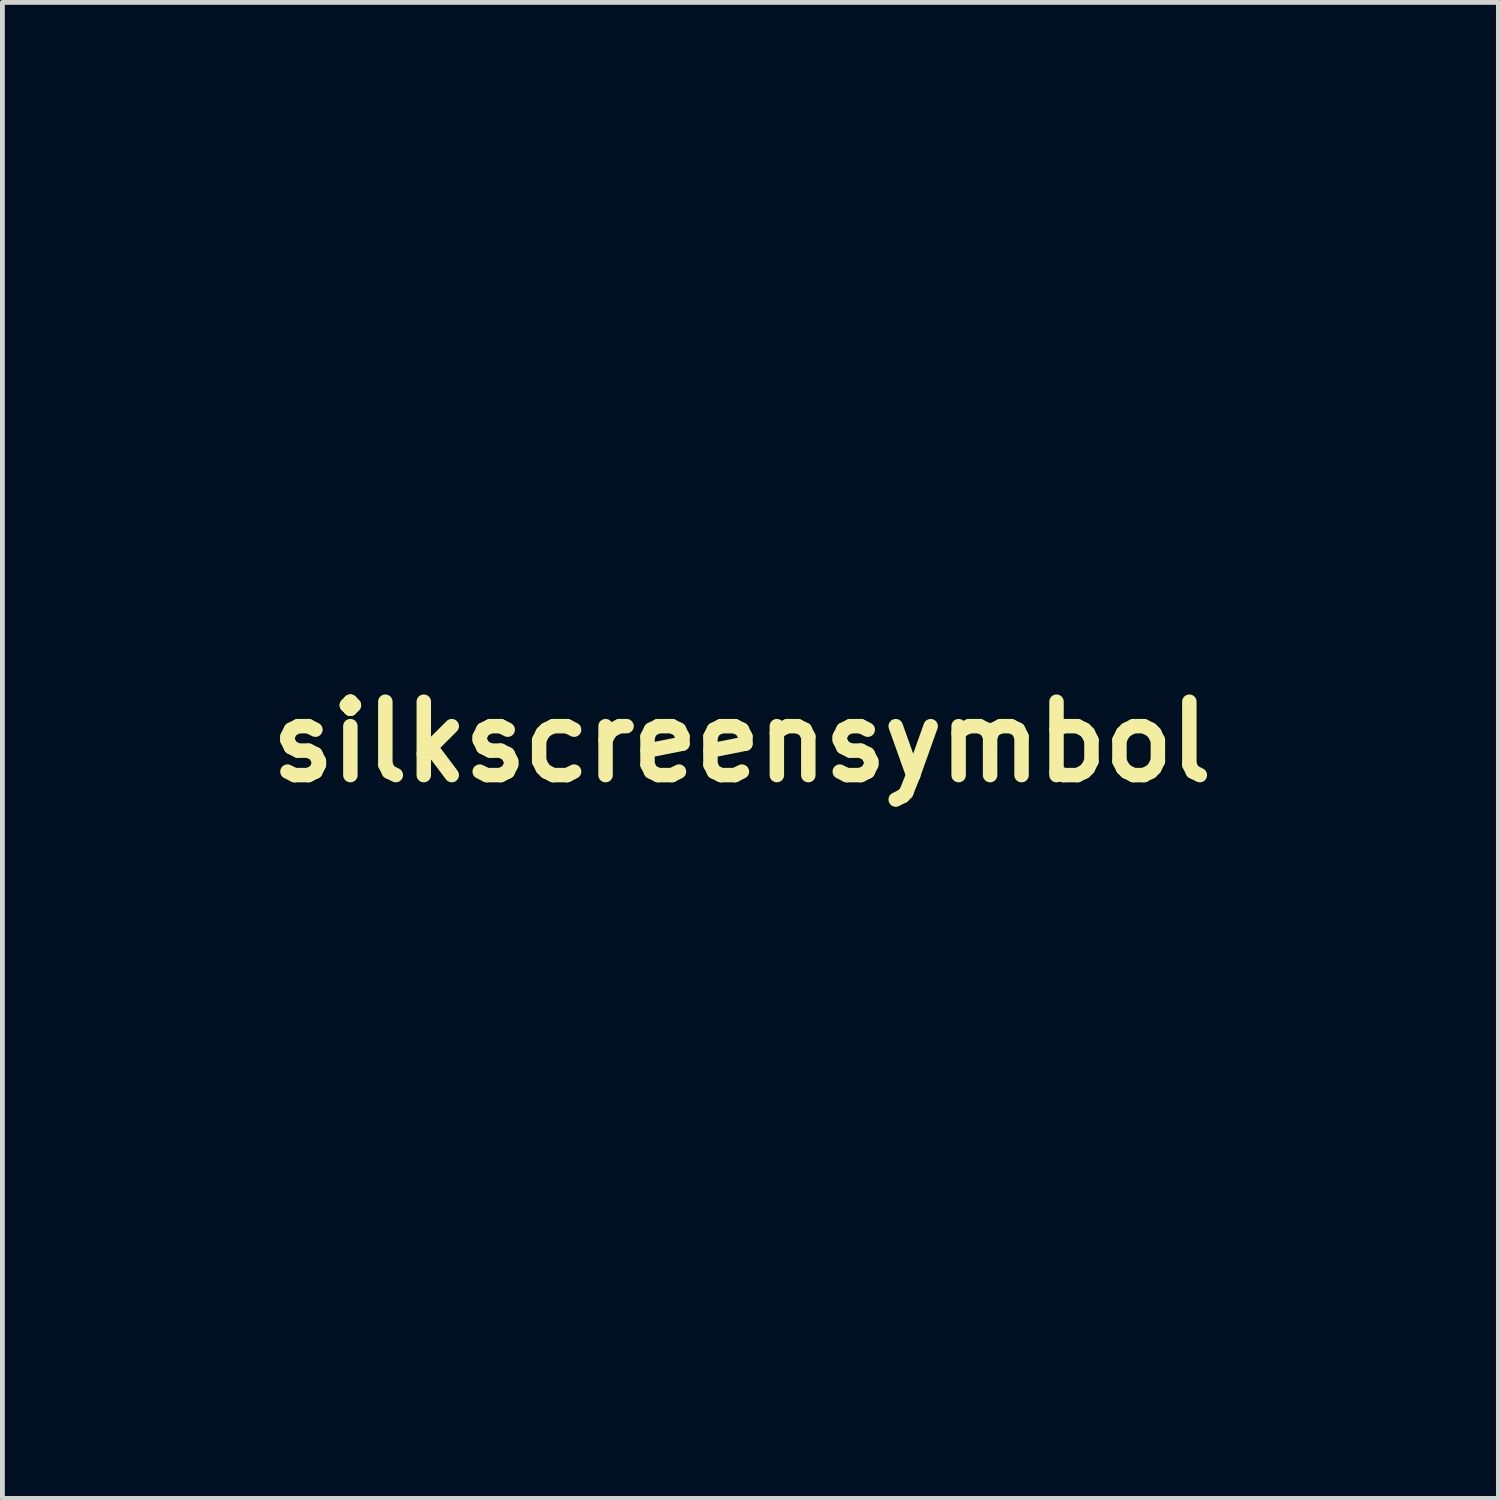
<source format=kicad_pcb>
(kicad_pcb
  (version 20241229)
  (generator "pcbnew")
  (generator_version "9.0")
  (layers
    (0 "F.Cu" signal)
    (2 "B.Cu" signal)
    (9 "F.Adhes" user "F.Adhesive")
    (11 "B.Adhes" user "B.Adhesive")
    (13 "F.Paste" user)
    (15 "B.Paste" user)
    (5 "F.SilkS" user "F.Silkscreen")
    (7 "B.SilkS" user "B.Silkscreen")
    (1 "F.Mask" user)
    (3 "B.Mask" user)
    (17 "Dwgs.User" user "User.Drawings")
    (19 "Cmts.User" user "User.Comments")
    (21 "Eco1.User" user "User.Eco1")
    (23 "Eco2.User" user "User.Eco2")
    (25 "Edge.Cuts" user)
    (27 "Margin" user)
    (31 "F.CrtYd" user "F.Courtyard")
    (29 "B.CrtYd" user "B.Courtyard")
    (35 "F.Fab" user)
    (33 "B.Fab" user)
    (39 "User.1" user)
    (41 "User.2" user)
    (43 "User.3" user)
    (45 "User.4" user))
  (footprint "silkscreensymbol"
    (layer "F.Cu")
    (at 12.352 12.352)
    (property "Reference" "silkscreensymbol" (at 0 0 0) (layer "F.SilkS") (effects (font (size 1.524 1.524) (thickness 0.3))))
    (attr through_hole)
    (fp_poly (pts (xy 0.353 3.175) (xy -3.528 3.175) (xy -3.528 0.706) (xy 0.353 0.706)) (stroke (width 0.01) (type solid)) (fill no) (layer "Eco2.User"))
    (fp_poly (pts (xy 1.536 5.25) (xy 1.587 5.292) (xy 2.026 5.714) (xy 2.117 5.864) (xy 1.829 5.983) (xy 1.587 5.997) (xy 1.13 5.712) (xy 1.058 5.425) (xy 1.151 5.051)) (stroke (width 0.01) (type solid)) (fill no) (layer "Eco2.User"))
    (fp_poly (pts (xy 2.335 1.449) (xy 2.313 1.682) (xy 1.94 2.117) (xy 1.43 2.637) (xy 1.18 2.822) (xy 1.081 2.525) (xy 1.058 2.117) (xy 1.297 1.537) (xy 1.819 1.411)) (stroke (width 0.01) (type solid)) (fill no) (layer "Eco2.User"))
    (fp_poly (pts (xy 0.353 0) (xy -1.587 0) (xy -2.721 -0.036) (xy -3.31 -0.178) (xy -3.517 -0.479) (xy -3.528 -0.629) (xy -3.289 -1.167) (xy -2.657 -2.014) (xy -1.76 -3.002) (xy -1.587 -3.175) (xy 0.353 -5.091)) (stroke (width 0.01) (type solid)) (fill no) (layer "Eco2.User"))
    (fp_poly (pts (xy -2.193 -3.639) (xy -4.209 -1.587) (xy -4.309 2.117) (xy -4.41 5.821) (xy -7.126 5.829) (xy -9.843 5.836) (xy -10.478 4.429) (xy -10.904 2.951) (xy -11.111 1.076) (xy -11.099 -0.923) (xy -10.868 -2.773) (xy -10.472 -4.088) (xy -9.832 -5.508) (xy -5.004 -5.599) (xy -0.176 -5.69)) (stroke (width 0.01) (type solid)) (fill no) (layer "Eco2.User"))
    (fp_poly (pts (xy -0.478 3.898) (xy 0.099 4.015) (xy 0.318 4.325) (xy 0.353 4.923) (xy 0.353 4.939) (xy 0.32 5.544) (xy 0.107 5.859) (xy -0.461 5.978) (xy -1.558 5.997) (xy -1.587 5.997) (xy -2.697 5.979) (xy -3.274 5.863) (xy -3.493 5.553) (xy -3.528 4.955) (xy -3.528 4.939) (xy -3.495 4.334) (xy -3.282 4.019) (xy -2.714 3.899) (xy -1.617 3.881) (xy -1.587 3.881)) (stroke (width 0.01) (type solid)) (fill no) (layer "Eco2.User"))
    (fp_poly (pts (xy 5.711 -5.596) (xy 10.188 -5.501) (xy 10.827 -4.085) (xy 11.252 -2.612) (xy 11.462 -0.742) (xy 11.454 1.251) (xy 11.229 3.096) (xy 10.833 4.421) (xy 10.441 5.212) (xy 10.03 5.641) (xy 9.377 5.835) (xy 8.255 5.921) (xy 8.174 5.925) (xy 7.032 5.941) (xy 6.191 5.874) (xy 5.896 5.778) (xy 5.787 5.337) (xy 5.702 4.359) (xy 5.653 3.012) (xy 5.644 2.156) (xy 5.644 -1.216) (xy 3.44 -3.453) (xy 1.235 -5.69)) (stroke (width 0.01) (type solid)) (fill no) (layer "Eco2.User"))
    (fp_poly (pts (xy 4.939 -1.259) (xy 4.939 5.997) (xy 3.969 5.997) (xy 3.02 5.724) (xy 2.082 4.849) (xy 2.045 4.802) (xy 1.473 4.035) (xy 1.318 3.583) (xy 1.535 3.227) (xy 1.692 3.084) (xy 2.504 2.492) (xy 3.087 2.15) (xy 3.693 1.65) (xy 3.881 1.218) (xy 3.729 0.899) (xy 3.168 0.836) (xy 2.469 0.923) (xy 1.571 1.034) (xy 1.167 0.912) (xy 1.062 0.453) (xy 1.058 0.194) (xy 1.121 -0.425) (xy 1.447 -0.665) (xy 2.24 -0.657) (xy 2.377 -0.646) (xy 3.295 -0.645) (xy 3.723 -0.897) (xy 3.815 -1.157) (xy 3.802 -1.539) (xy 3.448 -1.659) (xy 2.585 -1.565) (xy 2.497 -1.551) (xy 1.058 -1.321) (xy 1.058 -5.091)) (stroke (width 0.01) (type solid)) (fill no) (layer "Eco2.User"))
    (fp_poly (pts (xy 1.822 -11.059) (xy 3 -10.944) (xy 3.947 -10.696) (xy 4.9 -10.273) (xy 5.115 -10.162) (xy 6.35 -9.415) (xy 7.495 -8.551) (xy 8.415 -7.695) (xy 8.974 -6.971) (xy 9.067 -6.561) (xy 8.676 -6.376) (xy 7.755 -6.228) (xy 6.478 -6.123) (xy 5.018 -6.064) (xy 3.551 -6.057) (xy 2.251 -6.106) (xy 1.292 -6.214) (xy 0.876 -6.355) (xy 0.378 -6.542) (xy 0.187 -6.367) (xy -0.229 -6.231) (xy -1.18 -6.123) (xy -2.494 -6.046) (xy -4.001 -6.001) (xy -5.531 -5.992) (xy -6.912 -6.022) (xy -7.974 -6.092) (xy -8.546 -6.206) (xy -8.584 -6.232) (xy -8.818 -6.694) (xy -8.819 -6.72) (xy -8.546 -7.216) (xy -7.833 -7.95) (xy -6.838 -8.786) (xy -5.722 -9.588) (xy -4.763 -10.162) (xy -3.78 -10.626) (xy -2.851 -10.905) (xy -1.739 -11.044) (xy -0.208 -11.087) (xy 0.176 -11.088)) (stroke (width 0.01) (type solid)) (fill no) (layer "Eco2.User"))
    (fp_poly (pts (xy 2.1 6.369) (xy 3.495 6.437) (xy 4.569 6.55) (xy 5.15 6.709) (xy 5.181 6.734) (xy 5.607 6.926) (xy 5.802 6.734) (xy 6.293 6.484) (xy 7.182 6.37) (xy 8.17 6.398) (xy 8.962 6.578) (xy 9.089 6.644) (xy 9.155 7.033) (xy 8.741 7.689) (xy 7.96 8.5) (xy 6.928 9.353) (xy 5.76 10.138) (xy 5.154 10.473) (xy 3.579 11.042) (xy 1.634 11.415) (xy -0.379 11.558) (xy -2.159 11.437) (xy -2.646 11.333) (xy -3.946 10.86) (xy -5.314 10.157) (xy -6.613 9.322) (xy -7.706 8.456) (xy -8.458 7.656) (xy -8.733 7.022) (xy -8.715 6.914) (xy -8.309 6.659) (xy -7.446 6.489) (xy -6.372 6.416) (xy -5.332 6.452) (xy -4.573 6.61) (xy -4.412 6.7) (xy -3.908 6.894) (xy -3.715 6.72) (xy -3.276 6.557) (xy -2.304 6.441) (xy -0.97 6.371) (xy 0.555 6.347)) (stroke (width 0.01) (type solid)) (fill no) (layer "Eco2.User"))
    (fp_poly (pts (xy 12.7 12.7) (xy -12.347 12.7) (xy -12.347 0.176) (xy -11.465 0.176) (xy -11.438 1.813) (xy -11.323 2.991) (xy -11.073 3.956) (xy -10.64 4.955) (xy -10.471 5.292) (xy -9.323 7.229) (xy -8.02 8.743) (xy -6.393 9.988) (xy -4.272 11.116) (xy -3.704 11.371) (xy -1.963 11.839) (xy 0.135 11.954) (xy 2.345 11.732) (xy 4.422 11.188) (xy 5.35 10.793) (xy 7.711 9.273) (xy 9.597 7.282) (xy 10.824 5.292) (xy 11.32 4.236) (xy 11.618 3.286) (xy 11.768 2.195) (xy 11.816 0.718) (xy 11.818 0.176) (xy 11.79 -1.46) (xy 11.675 -2.641) (xy 11.423 -3.616) (xy 10.986 -4.635) (xy 10.805 -4.997) (xy 9.264 -7.37) (xy 7.26 -9.26) (xy 5.292 -10.471) (xy 4.236 -10.967) (xy 3.286 -11.265) (xy 2.195 -11.415) (xy 0.718 -11.463) (xy 0.176 -11.465) (xy -1.46 -11.438) (xy -2.639 -11.323) (xy -3.605 -11.073) (xy -4.604 -10.64) (xy -4.939 -10.471) (xy -7.374 -8.896) (xy -9.273 -6.912) (xy -10.453 -4.997) (xy -10.957 -3.915) (xy -11.261 -2.953) (xy -11.414 -1.862) (xy -11.463 -0.393) (xy -11.465 0.176) (xy -12.347 0.176) (xy -12.347 -12.347) (xy 12.7 -12.347)) (stroke (width 0.01) (type solid)) (fill no) (layer "Eco2.User")))
  (gr_rect
    (start -3 -3)
    (end 28.057 28.057)
    (stroke (width 0.1) (type default))
    (fill no)
    (layer "Edge.Cuts")))
</source>
